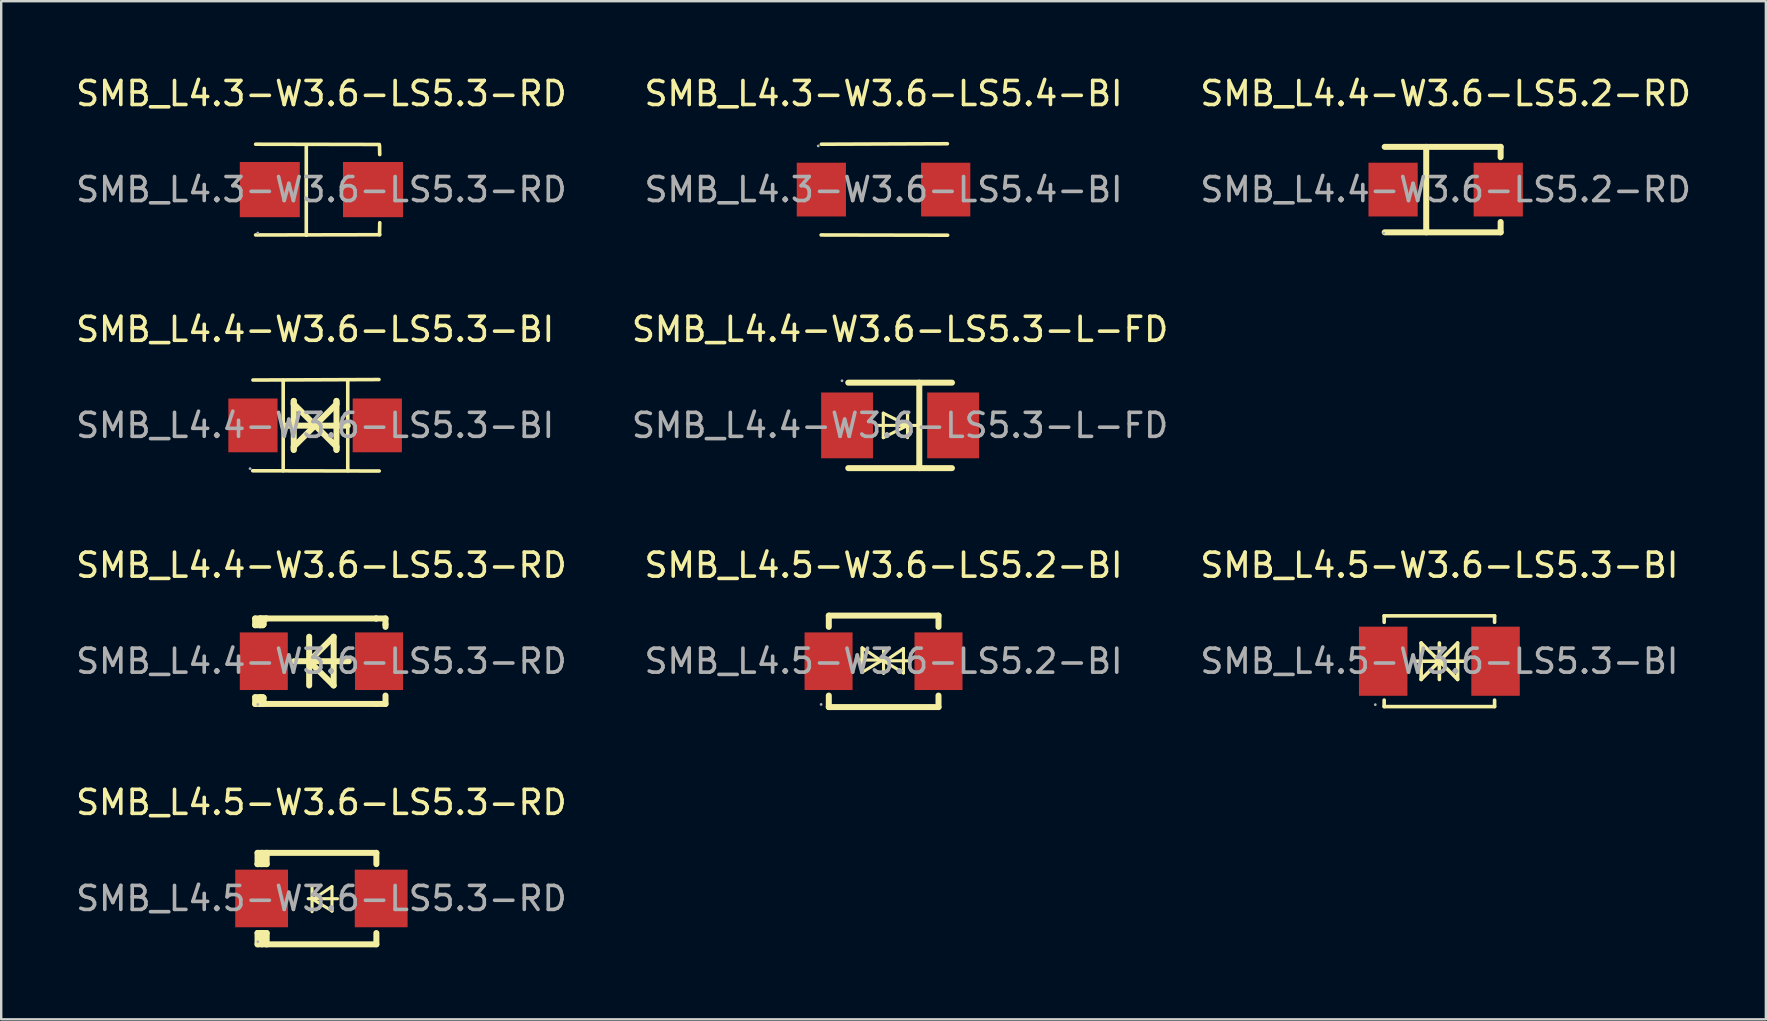
<source format=kicad_pcb>
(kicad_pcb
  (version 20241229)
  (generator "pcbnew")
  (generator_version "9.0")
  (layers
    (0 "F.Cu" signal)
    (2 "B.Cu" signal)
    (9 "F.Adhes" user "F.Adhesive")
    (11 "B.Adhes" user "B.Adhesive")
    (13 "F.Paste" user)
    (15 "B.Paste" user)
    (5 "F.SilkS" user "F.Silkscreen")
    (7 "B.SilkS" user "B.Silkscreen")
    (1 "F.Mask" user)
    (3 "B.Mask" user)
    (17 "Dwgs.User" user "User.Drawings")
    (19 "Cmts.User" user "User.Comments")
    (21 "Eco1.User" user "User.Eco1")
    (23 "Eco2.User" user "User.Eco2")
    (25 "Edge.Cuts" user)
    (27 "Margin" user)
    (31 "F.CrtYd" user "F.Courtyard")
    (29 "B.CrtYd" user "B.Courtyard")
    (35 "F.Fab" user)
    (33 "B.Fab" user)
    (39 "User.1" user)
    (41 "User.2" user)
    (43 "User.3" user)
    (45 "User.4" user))
  (footprint "SMB_L4.5-W3.6-LS5.3-BI"
    (layer "F.Cu")
    (at 56.911 24.495)
    (property "Reference" "SMB_L4.5-W3.6-LS5.3-BI" (at 0 -4 0) (layer "F.SilkS") (effects (font (size 1 1) (thickness 0.15))))
    (attr smd)
    (fp_line (start -2.3 -1.89) (end -2.3 -1.62) (stroke (width 0.15) (type solid)) (layer "F.SilkS"))
    (fp_line (start -2.3 -1.89) (end 2.3 -1.89) (stroke (width 0.15) (type solid)) (layer "F.SilkS"))
    (fp_line (start -2.3 1.62) (end -2.3 1.89) (stroke (width 0.15) (type solid)) (layer "F.SilkS"))
    (fp_line (start -2.3 1.89) (end 2.3 1.89) (stroke (width 0.15) (type solid)) (layer "F.SilkS"))
    (fp_line (start -1.02 0) (end 1.02 0) (stroke (width 0.15) (type solid)) (layer "F.SilkS"))
    (fp_line (start -0.76 -0.76) (end -0.76 0.76) (stroke (width 0.15) (type solid)) (layer "F.SilkS"))
    (fp_line (start -0.76 0.76) (end 0 0) (stroke (width 0.15) (type solid)) (layer "F.SilkS"))
    (fp_line (start 0 -0.76) (end 0 0.76) (stroke (width 0.15) (type solid)) (layer "F.SilkS"))
    (fp_line (start 0 0) (end -0.76 -0.76) (stroke (width 0.15) (type solid)) (layer "F.SilkS"))
    (fp_line (start 0 0) (end 0.76 0.76) (stroke (width 0.15) (type solid)) (layer "F.SilkS"))
    (fp_line (start 0.76 -0.76) (end 0 0) (stroke (width 0.15) (type solid)) (layer "F.SilkS"))
    (fp_line (start 0.76 0.76) (end 0.76 -0.76) (stroke (width 0.15) (type solid)) (layer "F.SilkS"))
    (fp_line (start 2.3 -1.89) (end 2.3 -1.62) (stroke (width 0.15) (type solid)) (layer "F.SilkS"))
    (fp_line (start 2.3 1.62) (end 2.3 1.89) (stroke (width 0.15) (type solid)) (layer "F.SilkS"))
    (fp_circle (center -2.67 1.81) (end -2.64 1.81) (stroke (width 0.06) (type solid)) (fill no) (layer "F.Fab"))
    (fp_text user "${REFERENCE}" (at 0 0 0) (layer "F.Fab") (effects (font (size 1 1) (thickness 0.15))))
    (pad "1" smd rect (at -2.34 0) (size 2.02 2.88) (layers "F.Cu" "F.Mask" "F.Paste"))
    (pad "2" smd rect (at 2.34 0) (size 2.02 2.88) (layers "F.Cu" "F.Mask" "F.Paste")))
  (footprint "SMB_L4.4-W3.6-LS5.3-RD"
    (layer "F.Cu")
    (at 10.339 24.495)
    (property "Reference" "SMB_L4.4-W3.6-LS5.3-RD" (at 0 -4 0) (layer "F.SilkS") (effects (font (size 1 1) (thickness 0.15))))
    (attr through_hole)
    (fp_line (start -2.76 -1.78) (end -2.76 -1.5) (stroke (width 0.25) (type solid)) (layer "F.SilkS"))
    (fp_line (start -2.76 -1.5) (end -2.55 -1.5) (stroke (width 0.25) (type solid)) (layer "F.SilkS"))
    (fp_line (start -2.76 1.5) (end -2.76 1.78) (stroke (width 0.25) (type solid)) (layer "F.SilkS"))
    (fp_line (start -2.76 1.5) (end -2.55 1.5) (stroke (width 0.25) (type solid)) (layer "F.SilkS"))
    (fp_line (start -2.76 1.78) (end -2.55 1.78) (stroke (width 0.25) (type solid)) (layer "F.SilkS"))
    (fp_line (start -2.55 -1.78) (end -2.76 -1.78) (stroke (width 0.25) (type solid)) (layer "F.SilkS"))
    (fp_line (start -2.55 -1.78) (end -2.29 -1.78) (stroke (width 0.25) (type solid)) (layer "F.SilkS"))
    (fp_line (start -2.55 -1.5) (end -2.55 -1.65) (stroke (width 0.25) (type solid)) (layer "F.SilkS"))
    (fp_line (start -2.55 -1.5) (end -2.44 -1.5) (stroke (width 0.25) (type solid)) (layer "F.SilkS"))
    (fp_line (start -2.55 1.5) (end -2.55 1.78) (stroke (width 0.25) (type solid)) (layer "F.SilkS"))
    (fp_line (start -2.55 1.5) (end -2.44 1.5) (stroke (width 0.25) (type solid)) (layer "F.SilkS"))
    (fp_line (start -2.44 -1.5) (end -2.41 -1.53) (stroke (width 0.25) (type solid)) (layer "F.SilkS"))
    (fp_line (start -2.44 1.5) (end -2.41 1.52) (stroke (width 0.25) (type solid)) (layer "F.SilkS"))
    (fp_line (start -2.41 -1.65) (end -2.55 -1.78) (stroke (width 0.25) (type solid)) (layer "F.SilkS"))
    (fp_line (start -2.41 -1.53) (end -2.41 -1.65) (stroke (width 0.25) (type solid)) (layer "F.SilkS"))
    (fp_line (start -2.41 1.52) (end -2.41 1.78) (stroke (width 0.25) (type solid)) (layer "F.SilkS"))
    (fp_line (start -2.29 -1.78) (end -2.55 -1.78) (stroke (width 0.25) (type solid)) (layer "F.SilkS"))
    (fp_line (start -2.29 -1.78) (end 2.28 -1.78) (stroke (width 0.25) (type solid)) (layer "F.SilkS"))
    (fp_line (start -1.14 0) (end 1.14 0) (stroke (width 0.25) (type solid)) (layer "F.SilkS"))
    (fp_line (start -0.51 -1.02) (end -0.51 1.01) (stroke (width 0.25) (type solid)) (layer "F.SilkS"))
    (fp_line (start -0.51 0) (end 0.51 1.01) (stroke (width 0.25) (type solid)) (layer "F.SilkS"))
    (fp_line (start 0.51 -1.02) (end -0.51 0) (stroke (width 0.25) (type solid)) (layer "F.SilkS"))
    (fp_line (start 0.51 -1.02) (end 0.51 1.01) (stroke (width 0.25) (type solid)) (layer "F.SilkS"))
    (fp_line (start 2.28 -1.78) (end 2.28 -1.78) (stroke (width 0.25) (type solid)) (layer "F.SilkS"))
    (fp_line (start 2.28 -1.78) (end 2.67 -1.78) (stroke (width 0.25) (type solid)) (layer "F.SilkS"))
    (fp_line (start 2.29 1.78) (end -2.55 1.78) (stroke (width 0.25) (type solid)) (layer "F.SilkS"))
    (fp_line (start 2.67 -1.78) (end 2.67 -1.53) (stroke (width 0.25) (type solid)) (layer "F.SilkS"))
    (fp_line (start 2.67 -1.53) (end 2.67 -1.43) (stroke (width 0.25) (type solid)) (layer "F.SilkS"))
    (fp_line (start 2.67 1.43) (end 2.67 1.78) (stroke (width 0.25) (type solid)) (layer "F.SilkS"))
    (fp_line (start 2.67 1.78) (end 2.29 1.78) (stroke (width 0.25) (type solid)) (layer "F.SilkS"))
    (fp_circle (center -2.65 1.8) (end -2.62 1.8) (stroke (width 0.06) (type solid)) (fill no) (layer "F.Fab"))
    (fp_text user "${REFERENCE}" (at 0 0 0) (layer "F.Fab") (effects (font (size 1 1) (thickness 0.15))))
    (pad "1" smd rect (at -2.4 0) (size 2 2.4) (layers "F.Cu" "F.Mask" "F.Paste"))
    (pad "2" smd rect (at 2.4 0) (size 2 2.4) (layers "F.Cu" "F.Mask" "F.Paste")))
  (footprint "SMB_L4.4-W3.6-LS5.3-BI"
    (layer "F.Cu")
    (at 10.077 14.671)
    (property "Reference" "SMB_L4.4-W3.6-LS5.3-BI" (at 0 -4 0) (layer "F.SilkS") (effects (font (size 1 1) (thickness 0.15))))
    (attr smd)
    (fp_line (start -1.33 0.01) (end 1.36 0.01) (stroke (width 0.25) (type solid)) (layer "F.SilkS"))
    (fp_line (start -1.33 1.89) (end -1.33 -1.89) (stroke (width 0.15) (type solid)) (layer "F.SilkS"))
    (fp_line (start -0.89 -1.02) (end -0.89 1.02) (stroke (width 0.25) (type solid)) (layer "F.SilkS"))
    (fp_line (start -0.89 -0.89) (end -0.89 -1.02) (stroke (width 0.25) (type solid)) (layer "F.SilkS"))
    (fp_line (start -0.89 0.89) (end 0 0) (stroke (width 0.25) (type solid)) (layer "F.SilkS"))
    (fp_line (start -0.89 1.02) (end -0.89 0.89) (stroke (width 0.25) (type solid)) (layer "F.SilkS"))
    (fp_line (start 0 0) (end -0.89 -0.89) (stroke (width 0.25) (type solid)) (layer "F.SilkS"))
    (fp_line (start 0 0) (end 0.89 0.89) (stroke (width 0.25) (type solid)) (layer "F.SilkS"))
    (fp_line (start 0.89 -1.02) (end 0.89 -0.89) (stroke (width 0.25) (type solid)) (layer "F.SilkS"))
    (fp_line (start 0.89 -0.89) (end 0 0) (stroke (width 0.25) (type solid)) (layer "F.SilkS"))
    (fp_line (start 0.89 0.89) (end 0.89 1.02) (stroke (width 0.25) (type solid)) (layer "F.SilkS"))
    (fp_line (start 0.89 1.02) (end 0.89 -1.02) (stroke (width 0.25) (type solid)) (layer "F.SilkS"))
    (fp_line (start 1.36 1.89) (end 1.36 -1.89) (stroke (width 0.15) (type solid)) (layer "F.SilkS"))
    (fp_line (start 2.66 -1.91) (end -2.59 -1.89) (stroke (width 0.15) (type solid)) (layer "F.SilkS"))
    (fp_line (start 2.67 1.9) (end -2.6 1.89) (stroke (width 0.15) (type solid)) (layer "F.SilkS"))
    (fp_circle (center -2.71 1.8) (end -2.68 1.8) (stroke (width 0.06) (type solid)) (fill no) (layer "F.Fab"))
    (fp_text user "${REFERENCE}" (at 0 0 0) (layer "F.Fab") (effects (font (size 1 1) (thickness 0.15))))
    (pad "1" smd rect (at -2.59 0) (size 2.05 2.24) (layers "F.Cu" "F.Mask" "F.Paste"))
    (pad "2" smd rect (at 2.59 0) (size 2.05 2.24) (layers "F.Cu" "F.Mask" "F.Paste")))
  (footprint "SMB_L4.5-W3.6-LS5.2-BI"
    (layer "F.Cu")
    (at 33.756 24.495)
    (property "Reference" "SMB_L4.5-W3.6-LS5.2-BI" (at 0 -4 0) (layer "F.SilkS") (effects (font (size 1 1) (thickness 0.15))))
    (attr smd)
    (fp_line (start -2.28 -1.9) (end -2.28 -1.43) (stroke (width 0.25) (type solid)) (layer "F.SilkS"))
    (fp_line (start -2.28 -1.9) (end 2.29 -1.9) (stroke (width 0.25) (type solid)) (layer "F.SilkS"))
    (fp_line (start -2.28 1.43) (end -2.28 1.91) (stroke (width 0.25) (type solid)) (layer "F.SilkS"))
    (fp_line (start -0.89 -0.56) (end -0.1 -0.02) (stroke (width 0.13) (type solid)) (layer "F.SilkS"))
    (fp_line (start -0.89 0.47) (end -0.89 -0.55) (stroke (width 0.13) (type solid)) (layer "F.SilkS"))
    (fp_line (start -0.89 0.47) (end -0.89 -0.55) (stroke (width 0.13) (type solid)) (layer "F.SilkS"))
    (fp_line (start -0.16 -0.02) (end 1.06 -0.02) (stroke (width 0.13) (type solid)) (layer "F.SilkS"))
    (fp_line (start -0.1 -0.02) (end -0.89 0.46) (stroke (width 0.13) (type solid)) (layer "F.SilkS"))
    (fp_line (start 0 -0.5) (end 0 0.51) (stroke (width 0.13) (type solid)) (layer "F.SilkS"))
    (fp_line (start 0.04 0.01) (end 0.83 0.49) (stroke (width 0.13) (type solid)) (layer "F.SilkS"))
    (fp_line (start 0.09 -0.05) (end -1.12 -0.05) (stroke (width 0.13) (type solid)) (layer "F.SilkS"))
    (fp_line (start 0.83 -0.53) (end 0.04 0.01) (stroke (width 0.13) (type solid)) (layer "F.SilkS"))
    (fp_line (start 0.83 -0.53) (end 0.83 0.49) (stroke (width 0.13) (type solid)) (layer "F.SilkS"))
    (fp_line (start 2.29 -1.9) (end 2.29 -1.43) (stroke (width 0.25) (type solid)) (layer "F.SilkS"))
    (fp_line (start 2.29 1.43) (end 2.29 1.91) (stroke (width 0.25) (type solid)) (layer "F.SilkS"))
    (fp_line (start 2.29 1.91) (end -2.28 1.91) (stroke (width 0.25) (type solid)) (layer "F.SilkS"))
    (fp_circle (center -2.6 1.8) (end -2.57 1.8) (stroke (width 0.06) (type solid)) (fill no) (layer "F.Fab"))
    (fp_text user "${REFERENCE}" (at 0 0 0) (layer "F.Fab") (effects (font (size 1 1) (thickness 0.15))))
    (pad "1" smd rect (at -2.29 0) (size 2 2.4) (layers "F.Cu" "F.Mask" "F.Paste"))
    (pad "2" smd rect (at 2.29 0) (size 2 2.4) (layers "F.Cu" "F.Mask" "F.Paste")))
  (footprint "SMB_L4.4-W3.6-LS5.2-RD"
    (layer "F.Cu")
    (at 57.173 4.848)
    (property "Reference" "SMB_L4.4-W3.6-LS5.2-RD" (at 0 -4 0) (layer "F.SilkS") (effects (font (size 1 1) (thickness 0.15))))
    (attr through_hole)
    (fp_line (start -2.54 1.78) (end 2.29 1.78) (stroke (width 0.25) (type solid)) (layer "F.SilkS"))
    (fp_line (start -0.81 -1.78) (end -0.81 1.78) (stroke (width 0.25) (type solid)) (layer "F.SilkS"))
    (fp_line (start 2.29 -1.78) (end -2.54 -1.78) (stroke (width 0.25) (type solid)) (layer "F.SilkS"))
    (fp_line (start 2.29 -1.35) (end 2.29 -1.78) (stroke (width 0.25) (type solid)) (layer "F.SilkS"))
    (fp_line (start 2.29 1.78) (end 2.29 1.35) (stroke (width 0.25) (type solid)) (layer "F.SilkS"))
    (fp_circle (center -2.58 1.81) (end -2.55 1.81) (stroke (width 0.06) (type solid)) (fill no) (layer "F.Fab"))
    (fp_text user "${REFERENCE}" (at 0 0 0) (layer "F.Fab") (effects (font (size 1 1) (thickness 0.15))))
    (pad "1" smd rect (at -2.19 0) (size 2.05 2.24) (layers "F.Cu" "F.Mask" "F.Paste"))
    (pad "2" smd rect (at 2.19 0) (size 2.05 2.24) (layers "F.Cu" "F.Mask" "F.Paste")))
  (footprint "SMB_L4.3-W3.6-LS5.3-RD"
    (layer "F.Cu")
    (at 10.339 4.848)
    (property "Reference" "SMB_L4.3-W3.6-LS5.3-RD" (at 0 -4 0) (layer "F.SilkS") (effects (font (size 1 1) (thickness 0.15))))
    (attr smd)
    (fp_line (start -2.74 -1.89) (end 2.41 -1.88) (stroke (width 0.15) (type solid)) (layer "F.SilkS"))
    (fp_line (start -2.74 1.89) (end 2.43 1.88) (stroke (width 0.15) (type solid)) (layer "F.SilkS"))
    (fp_line (start -0.63 1.9) (end -0.63 -1.86) (stroke (width 0.15) (type solid)) (layer "F.SilkS"))
    (fp_line (start 2.42 -1.84) (end 2.43 -1.46) (stroke (width 0.15) (type solid)) (layer "F.SilkS"))
    (fp_line (start 2.42 1.88) (end 2.43 1.38) (stroke (width 0.15) (type solid)) (layer "F.SilkS"))
    (fp_circle (center -2.65 1.81) (end -2.62 1.81) (stroke (width 0.06) (type solid)) (fill no) (layer "F.Fab"))
    (fp_text user "${REFERENCE}" (at 0 0 0) (layer "F.Fab") (effects (font (size 1 1) (thickness 0.15))))
    (pad "1" smd rect (at -2.15 0) (size 2.5 2.3) (layers "F.Cu" "F.Mask" "F.Paste"))
    (pad "2" smd rect (at 2.15 0) (size 2.5 2.3) (layers "F.Cu" "F.Mask" "F.Paste")))
  (footprint "SMB_L4.4-W3.6-LS5.3-L-FD"
    (layer "F.Cu")
    (at 34.446 14.671)
    (property "Reference" "SMB_L4.4-W3.6-LS5.3-L-FD" (at 0 -4 0) (layer "F.SilkS") (effects (font (size 1 1) (thickness 0.15))))
    (attr smd)
    (fp_line (start -2.16 -1.78) (end 2.16 -1.78) (stroke (width 0.25) (type solid)) (layer "F.SilkS"))
    (fp_line (start -0.9 0) (end 0.82 0) (stroke (width 0.13) (type solid)) (layer "F.SilkS"))
    (fp_line (start -0.7 -0.51) (end -0.7 0.51) (stroke (width 0.13) (type solid)) (layer "F.SilkS"))
    (fp_line (start -0.7 0.51) (end 0.31 0) (stroke (width 0.13) (type solid)) (layer "F.SilkS"))
    (fp_line (start 0.31 -0.51) (end 0.31 0.51) (stroke (width 0.13) (type solid)) (layer "F.SilkS"))
    (fp_line (start 0.31 0) (end -0.7 -0.51) (stroke (width 0.13) (type solid)) (layer "F.SilkS"))
    (fp_line (start 0.31 0) (end 0.31 -0.51) (stroke (width 0.13) (type solid)) (layer "F.SilkS"))
    (fp_line (start 0.8 -1.78) (end 0.8 1.78) (stroke (width 0.25) (type solid)) (layer "F.SilkS"))
    (fp_line (start 2.16 1.78) (end -2.16 1.78) (stroke (width 0.25) (type solid)) (layer "F.SilkS"))
    (fp_circle (center -2.42 -1.86) (end -2.39 -1.86) (stroke (width 0.06) (type solid)) (fill no) (layer "F.Fab"))
    (fp_text user "${REFERENCE}" (at 0 0 0) (layer "F.Fab") (effects (font (size 1 1) (thickness 0.15))))
    (pad "1" smd rect (at -2.21 0) (size 2.16 2.74) (layers "F.Cu" "F.Mask" "F.Paste"))
    (pad "2" smd rect (at 2.21 0) (size 2.16 2.74) (layers "F.Cu" "F.Mask" "F.Paste")))
  (footprint "SMB_L4.3-W3.6-LS5.4-BI"
    (layer "F.Cu")
    (at 33.756 4.848)
    (property "Reference" "SMB_L4.3-W3.6-LS5.4-BI" (at 0 -4 0) (layer "F.SilkS") (effects (font (size 1 1) (thickness 0.15))))
    (attr through_hole)
    (fp_line (start 2.66 -1.91) (end -2.59 -1.89) (stroke (width 0.15) (type solid)) (layer "F.SilkS"))
    (fp_line (start 2.67 1.9) (end -2.6 1.89) (stroke (width 0.15) (type solid)) (layer "F.SilkS"))
    (fp_circle (center -2.72 -1.82) (end -2.69 -1.82) (stroke (width 0.06) (type solid)) (fill no) (layer "F.Fab"))
    (fp_text user "${REFERENCE}" (at 0 0 0) (layer "F.Fab") (effects (font (size 1 1) (thickness 0.15))))
    (pad "1" smd rect (at -2.59 0) (size 2.05 2.24) (layers "F.Cu" "F.Mask" "F.Paste"))
    (pad "2" smd rect (at 2.59 0) (size 2.05 2.24) (layers "F.Cu" "F.Mask" "F.Paste")))
  (footprint "SMB_L4.5-W3.6-LS5.3-RD"
    (layer "F.Cu")
    (at 10.339 34.378)
    (property "Reference" "SMB_L4.5-W3.6-LS5.3-RD" (at 0 -4 0) (layer "F.SilkS") (effects (font (size 1 1) (thickness 0.15))))
    (attr through_hole)
    (fp_line (start -2.66 -1.9) (end -2.66 -1.43) (stroke (width 0.25) (type solid)) (layer "F.SilkS"))
    (fp_line (start -2.66 -1.43) (end -2.66 -1.43) (stroke (width 0.25) (type solid)) (layer "F.SilkS"))
    (fp_line (start -2.66 1.44) (end -2.66 1.91) (stroke (width 0.25) (type solid)) (layer "F.SilkS"))
    (fp_line (start -2.66 1.44) (end -2.28 1.44) (stroke (width 0.25) (type solid)) (layer "F.SilkS"))
    (fp_line (start -2.66 1.91) (end -2.28 1.91) (stroke (width 0.25) (type solid)) (layer "F.SilkS"))
    (fp_line (start -2.48 -1.43) (end -2.48 -1.9) (stroke (width 0.25) (type solid)) (layer "F.SilkS"))
    (fp_line (start -2.48 1.91) (end -2.48 1.44) (stroke (width 0.25) (type solid)) (layer "F.SilkS"))
    (fp_line (start -2.28 -1.9) (end -2.66 -1.9) (stroke (width 0.25) (type solid)) (layer "F.SilkS"))
    (fp_line (start -2.28 -1.9) (end 2.29 -1.9) (stroke (width 0.25) (type solid)) (layer "F.SilkS"))
    (fp_line (start -2.28 -1.43) (end -2.66 -1.43) (stroke (width 0.25) (type solid)) (layer "F.SilkS"))
    (fp_line (start -2.28 -1.43) (end -2.28 -1.9) (stroke (width 0.25) (type solid)) (layer "F.SilkS"))
    (fp_line (start -2.28 1.91) (end -2.28 1.44) (stroke (width 0.25) (type solid)) (layer "F.SilkS"))
    (fp_line (start -0.55 0.01) (end 0.67 0.01) (stroke (width 0.13) (type solid)) (layer "F.SilkS"))
    (fp_line (start -0.39 -0.47) (end -0.39 0.55) (stroke (width 0.13) (type solid)) (layer "F.SilkS"))
    (fp_line (start -0.35 0.04) (end 0.44 0.52) (stroke (width 0.13) (type solid)) (layer "F.SilkS"))
    (fp_line (start 0.44 -0.5) (end -0.35 0.04) (stroke (width 0.13) (type solid)) (layer "F.SilkS"))
    (fp_line (start 0.44 0.53) (end 0.44 -0.48) (stroke (width 0.13) (type solid)) (layer "F.SilkS"))
    (fp_line (start 2.29 -1.9) (end 2.29 -1.43) (stroke (width 0.25) (type solid)) (layer "F.SilkS"))
    (fp_line (start 2.29 1.44) (end 2.29 1.91) (stroke (width 0.25) (type solid)) (layer "F.SilkS"))
    (fp_line (start 2.29 1.91) (end -2.28 1.91) (stroke (width 0.25) (type solid)) (layer "F.SilkS"))
    (fp_circle (center -2.65 1.8) (end -2.62 1.8) (stroke (width 0.06) (type solid)) (fill no) (layer "F.Fab"))
    (fp_text user "${REFERENCE}" (at 0 0 0) (layer "F.Fab") (effects (font (size 1 1) (thickness 0.15))))
    (pad "1" smd rect (at -2.49 0) (size 2.2 2.4) (layers "F.Cu" "F.Mask" "F.Paste"))
    (pad "2" smd rect (at 2.49 0) (size 2.2 2.4) (layers "F.Cu" "F.Mask" "F.Paste")))
  (gr_rect
    (start -3 -3)
    (end 70.512 39.413)
    (stroke (width 0.1) (type default))
    (fill no)
    (layer "Edge.Cuts")))
</source>
